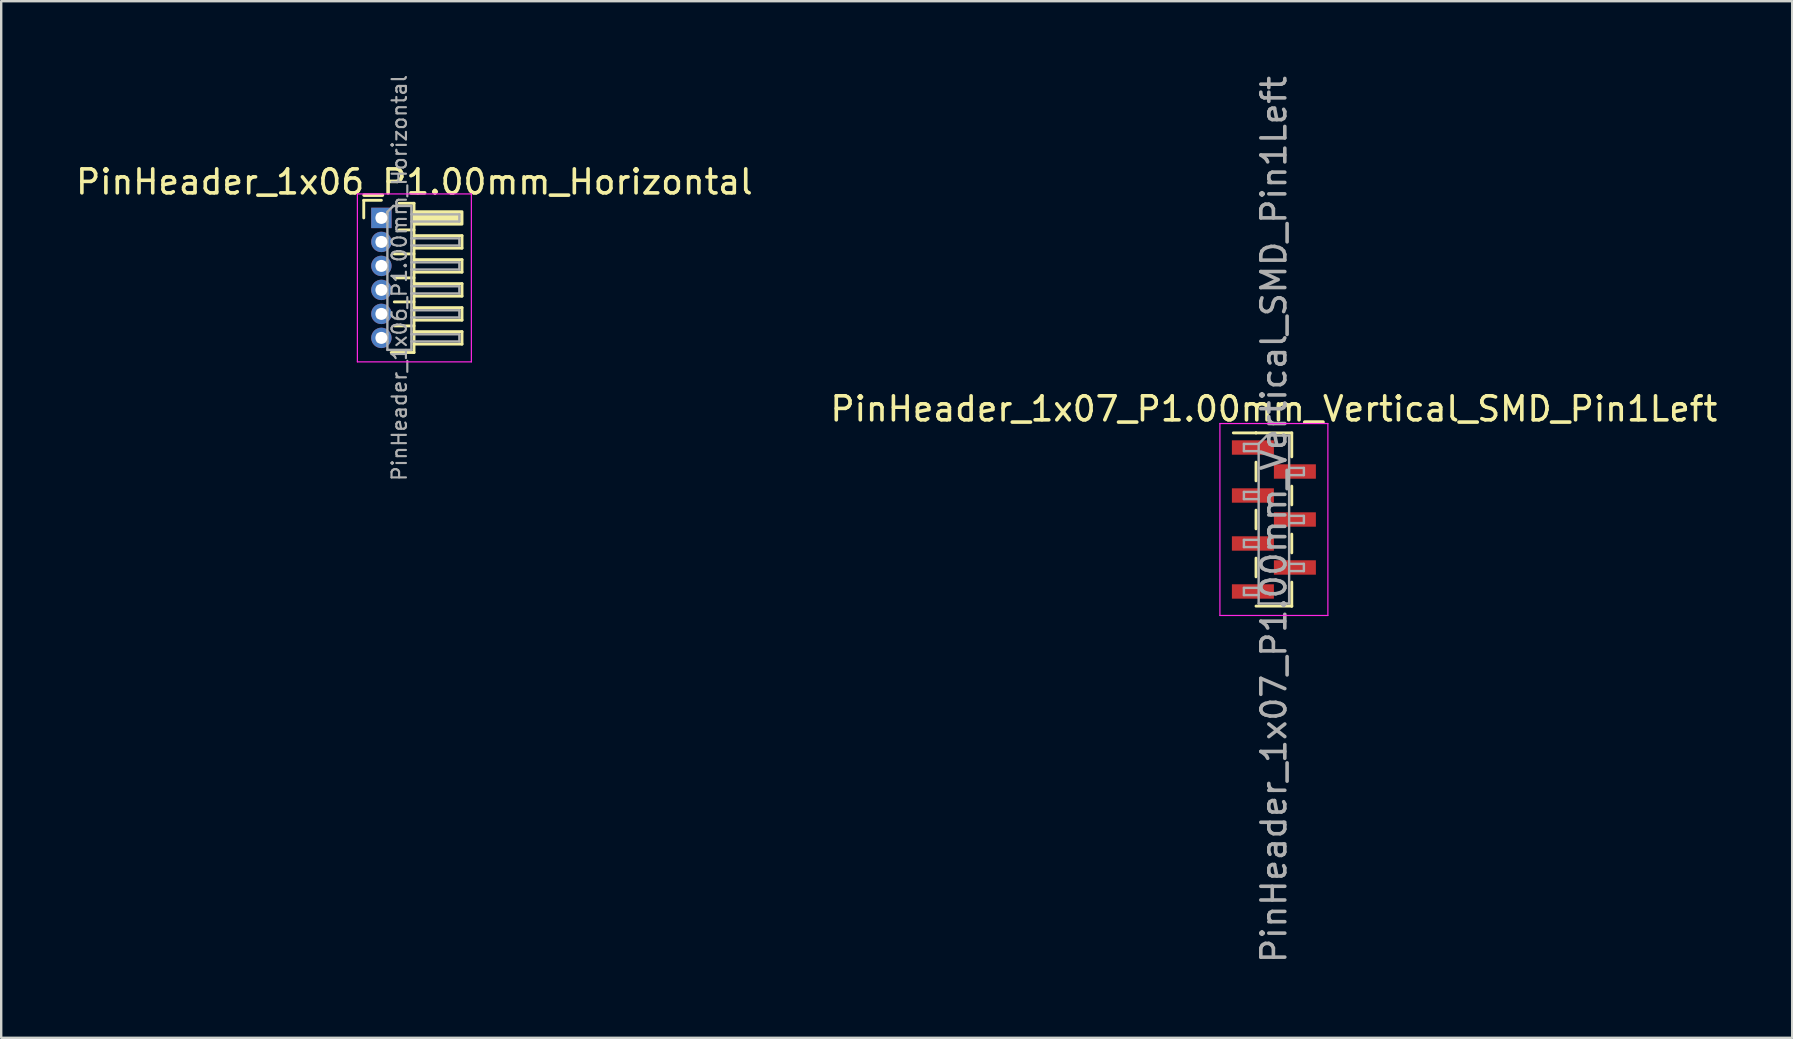
<source format=kicad_pcb>
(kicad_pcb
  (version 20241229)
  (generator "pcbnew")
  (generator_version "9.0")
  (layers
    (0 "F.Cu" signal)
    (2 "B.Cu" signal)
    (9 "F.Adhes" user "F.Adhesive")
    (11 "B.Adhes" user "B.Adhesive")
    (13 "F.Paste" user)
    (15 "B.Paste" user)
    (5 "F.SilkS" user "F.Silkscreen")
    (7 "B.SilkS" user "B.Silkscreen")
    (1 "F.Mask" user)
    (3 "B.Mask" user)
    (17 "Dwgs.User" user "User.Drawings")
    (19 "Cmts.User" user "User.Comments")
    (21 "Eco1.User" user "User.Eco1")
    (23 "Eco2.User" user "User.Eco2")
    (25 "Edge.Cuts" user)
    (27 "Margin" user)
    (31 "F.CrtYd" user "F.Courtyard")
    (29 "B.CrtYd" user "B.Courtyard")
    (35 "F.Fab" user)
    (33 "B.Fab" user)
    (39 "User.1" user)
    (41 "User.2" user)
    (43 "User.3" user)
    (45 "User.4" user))
  (footprint "PinHeader_1x06_P1.00mm_Horizontal"
    (layer "F.Cu")
    (at 12.845 6.032)
    (property "Reference" "PinHeader_1x06_P1.00mm_Horizontal" (at 1.375 -1.5 0) (layer "F.SilkS") (effects (font (size 1 1) (thickness 0.15))))
    (attr through_hole)
    (fp_line (start -0.735 -0.735) (end 0 -0.735) (stroke (width 0.12) (type solid)) (layer "F.SilkS"))
    (fp_line (start -0.735 0) (end -0.735 -0.735) (stroke (width 0.12) (type solid)) (layer "F.SilkS"))
    (fp_line (start 0.539 1.5) (end 1.36 1.5) (stroke (width 0.12) (type solid)) (layer "F.SilkS"))
    (fp_line (start 0.539 2.5) (end 1.36 2.5) (stroke (width 0.12) (type solid)) (layer "F.SilkS"))
    (fp_line (start 0.539 3.5) (end 1.36 3.5) (stroke (width 0.12) (type solid)) (layer "F.SilkS"))
    (fp_line (start 0.539 4.5) (end 1.36 4.5) (stroke (width 0.12) (type solid)) (layer "F.SilkS"))
    (fp_line (start 0.735 -0.61) (end 1.36 -0.61) (stroke (width 0.12) (type solid)) (layer "F.SilkS"))
    (fp_line (start 0.735 0.5) (end 1.36 0.5) (stroke (width 0.12) (type solid)) (layer "F.SilkS"))
    (fp_line (start 1.36 -0.61) (end 1.36 5.61) (stroke (width 0.12) (type solid)) (layer "F.SilkS"))
    (fp_line (start 1.36 0.74) (end 3.36 0.74) (stroke (width 0.12) (type solid)) (layer "F.SilkS"))
    (fp_line (start 1.36 1.74) (end 3.36 1.74) (stroke (width 0.12) (type solid)) (layer "F.SilkS"))
    (fp_line (start 1.36 2.74) (end 3.36 2.74) (stroke (width 0.12) (type solid)) (layer "F.SilkS"))
    (fp_line (start 1.36 3.74) (end 3.36 3.74) (stroke (width 0.12) (type solid)) (layer "F.SilkS"))
    (fp_line (start 1.36 4.74) (end 3.36 4.74) (stroke (width 0.12) (type solid)) (layer "F.SilkS"))
    (fp_line (start 1.36 5.61) (end 0.41 5.61) (stroke (width 0.12) (type solid)) (layer "F.SilkS"))
    (fp_line (start 3.36 0.74) (end 3.36 1.26) (stroke (width 0.12) (type solid)) (layer "F.SilkS"))
    (fp_line (start 3.36 1.26) (end 1.36 1.26) (stroke (width 0.12) (type solid)) (layer "F.SilkS"))
    (fp_line (start 3.36 1.74) (end 3.36 2.26) (stroke (width 0.12) (type solid)) (layer "F.SilkS"))
    (fp_line (start 3.36 2.26) (end 1.36 2.26) (stroke (width 0.12) (type solid)) (layer "F.SilkS"))
    (fp_line (start 3.36 2.74) (end 3.36 3.26) (stroke (width 0.12) (type solid)) (layer "F.SilkS"))
    (fp_line (start 3.36 3.26) (end 1.36 3.26) (stroke (width 0.12) (type solid)) (layer "F.SilkS"))
    (fp_line (start 3.36 3.74) (end 3.36 4.26) (stroke (width 0.12) (type solid)) (layer "F.SilkS"))
    (fp_line (start 3.36 4.26) (end 1.36 4.26) (stroke (width 0.12) (type solid)) (layer "F.SilkS"))
    (fp_line (start 3.36 4.74) (end 3.36 5.26) (stroke (width 0.12) (type solid)) (layer "F.SilkS"))
    (fp_line (start 3.36 5.26) (end 1.36 5.26) (stroke (width 0.12) (type solid)) (layer "F.SilkS"))
    (fp_rect (start 1.36 -0.26) (end 3.36 0.26) (stroke (width 0.12) (type solid)) (fill yes) (layer "F.SilkS"))
    (fp_line (start -1 -1) (end -1 6) (stroke (width 0.05) (type solid)) (layer "F.CrtYd"))
    (fp_line (start -1 6) (end 3.75 6) (stroke (width 0.05) (type solid)) (layer "F.CrtYd"))
    (fp_line (start 3.75 -1) (end -1 -1) (stroke (width 0.05) (type solid)) (layer "F.CrtYd"))
    (fp_line (start 3.75 6) (end 3.75 -1) (stroke (width 0.05) (type solid)) (layer "F.CrtYd"))
    (fp_line (start -0.15 -0.15) (end -0.15 0.15) (stroke (width 0.1) (type solid)) (layer "F.Fab"))
    (fp_line (start -0.15 -0.15) (end 0.25 -0.15) (stroke (width 0.1) (type solid)) (layer "F.Fab"))
    (fp_line (start -0.15 0.15) (end 0.25 0.15) (stroke (width 0.1) (type solid)) (layer "F.Fab"))
    (fp_line (start -0.15 0.85) (end -0.15 1.15) (stroke (width 0.1) (type solid)) (layer "F.Fab"))
    (fp_line (start -0.15 0.85) (end 0.25 0.85) (stroke (width 0.1) (type solid)) (layer "F.Fab"))
    (fp_line (start -0.15 1.15) (end 0.25 1.15) (stroke (width 0.1) (type solid)) (layer "F.Fab"))
    (fp_line (start -0.15 1.85) (end -0.15 2.15) (stroke (width 0.1) (type solid)) (layer "F.Fab"))
    (fp_line (start -0.15 1.85) (end 0.25 1.85) (stroke (width 0.1) (type solid)) (layer "F.Fab"))
    (fp_line (start -0.15 2.15) (end 0.25 2.15) (stroke (width 0.1) (type solid)) (layer "F.Fab"))
    (fp_line (start -0.15 2.85) (end -0.15 3.15) (stroke (width 0.1) (type solid)) (layer "F.Fab"))
    (fp_line (start -0.15 2.85) (end 0.25 2.85) (stroke (width 0.1) (type solid)) (layer "F.Fab"))
    (fp_line (start -0.15 3.15) (end 0.25 3.15) (stroke (width 0.1) (type solid)) (layer "F.Fab"))
    (fp_line (start -0.15 3.85) (end -0.15 4.15) (stroke (width 0.1) (type solid)) (layer "F.Fab"))
    (fp_line (start -0.15 3.85) (end 0.25 3.85) (stroke (width 0.1) (type solid)) (layer "F.Fab"))
    (fp_line (start -0.15 4.15) (end 0.25 4.15) (stroke (width 0.1) (type solid)) (layer "F.Fab"))
    (fp_line (start -0.15 4.85) (end -0.15 5.15) (stroke (width 0.1) (type solid)) (layer "F.Fab"))
    (fp_line (start -0.15 4.85) (end 0.25 4.85) (stroke (width 0.1) (type solid)) (layer "F.Fab"))
    (fp_line (start -0.15 5.15) (end 0.25 5.15) (stroke (width 0.1) (type solid)) (layer "F.Fab"))
    (fp_line (start 0.25 -0.25) (end 0.5 -0.5) (stroke (width 0.1) (type solid)) (layer "F.Fab"))
    (fp_line (start 0.25 5.5) (end 0.25 -0.25) (stroke (width 0.1) (type solid)) (layer "F.Fab"))
    (fp_line (start 0.5 -0.5) (end 1.25 -0.5) (stroke (width 0.1) (type solid)) (layer "F.Fab"))
    (fp_line (start 1.25 -0.5) (end 1.25 5.5) (stroke (width 0.1) (type solid)) (layer "F.Fab"))
    (fp_line (start 1.25 -0.15) (end 3.25 -0.15) (stroke (width 0.1) (type solid)) (layer "F.Fab"))
    (fp_line (start 1.25 0.15) (end 3.25 0.15) (stroke (width 0.1) (type solid)) (layer "F.Fab"))
    (fp_line (start 1.25 0.85) (end 3.25 0.85) (stroke (width 0.1) (type solid)) (layer "F.Fab"))
    (fp_line (start 1.25 1.15) (end 3.25 1.15) (stroke (width 0.1) (type solid)) (layer "F.Fab"))
    (fp_line (start 1.25 1.85) (end 3.25 1.85) (stroke (width 0.1) (type solid)) (layer "F.Fab"))
    (fp_line (start 1.25 2.15) (end 3.25 2.15) (stroke (width 0.1) (type solid)) (layer "F.Fab"))
    (fp_line (start 1.25 2.85) (end 3.25 2.85) (stroke (width 0.1) (type solid)) (layer "F.Fab"))
    (fp_line (start 1.25 3.15) (end 3.25 3.15) (stroke (width 0.1) (type solid)) (layer "F.Fab"))
    (fp_line (start 1.25 3.85) (end 3.25 3.85) (stroke (width 0.1) (type solid)) (layer "F.Fab"))
    (fp_line (start 1.25 4.15) (end 3.25 4.15) (stroke (width 0.1) (type solid)) (layer "F.Fab"))
    (fp_line (start 1.25 4.85) (end 3.25 4.85) (stroke (width 0.1) (type solid)) (layer "F.Fab"))
    (fp_line (start 1.25 5.15) (end 3.25 5.15) (stroke (width 0.1) (type solid)) (layer "F.Fab"))
    (fp_line (start 1.25 5.5) (end 0.25 5.5) (stroke (width 0.1) (type solid)) (layer "F.Fab"))
    (fp_line (start 3.25 -0.15) (end 3.25 0.15) (stroke (width 0.1) (type solid)) (layer "F.Fab"))
    (fp_line (start 3.25 0.85) (end 3.25 1.15) (stroke (width 0.1) (type solid)) (layer "F.Fab"))
    (fp_line (start 3.25 1.85) (end 3.25 2.15) (stroke (width 0.1) (type solid)) (layer "F.Fab"))
    (fp_line (start 3.25 2.85) (end 3.25 3.15) (stroke (width 0.1) (type solid)) (layer "F.Fab"))
    (fp_line (start 3.25 3.85) (end 3.25 4.15) (stroke (width 0.1) (type solid)) (layer "F.Fab"))
    (fp_line (start 3.25 4.85) (end 3.25 5.15) (stroke (width 0.1) (type solid)) (layer "F.Fab"))
    (fp_text user "${REFERENCE}" (at 0.75 2.5 90) (layer "F.Fab") (effects (font (size 0.6 0.6) (thickness 0.09))))
    (pad "1" thru_hole rect (at 0 0) (size 0.85 0.85) (drill 0.5) (layers "*.Cu" "*.Mask"))
    (pad "2" thru_hole circle (at 0 1) (size 0.85 0.85) (drill 0.5) (layers "*.Cu" "*.Mask"))
    (pad "3" thru_hole circle (at 0 2) (size 0.85 0.85) (drill 0.5) (layers "*.Cu" "*.Mask"))
    (pad "4" thru_hole circle (at 0 3) (size 0.85 0.85) (drill 0.5) (layers "*.Cu" "*.Mask"))
    (pad "5" thru_hole circle (at 0 4) (size 0.85 0.85) (drill 0.5) (layers "*.Cu" "*.Mask"))
    (pad "6" thru_hole circle (at 0 5) (size 0.85 0.85) (drill 0.5) (layers "*.Cu" "*.Mask")))
  (footprint "PinHeader_1x07_P1.00mm_Vertical_SMD_Pin1Left"
    (layer "F.Cu")
    (at 50.042 18.601)
    (property "Reference" "PinHeader_1x07_P1.00mm_Vertical_SMD_Pin1Left" (at 0 -4.61 0) (layer "F.SilkS") (effects (font (size 1 1) (thickness 0.15))))
    (attr smd)
    (fp_line (start -0.745 -3.61) (end -1.69 -3.61) (stroke (width 0.12) (type solid)) (layer "F.SilkS"))
    (fp_line (start -0.745 -3.61) (end -0.745 -3.61) (stroke (width 0.12) (type solid)) (layer "F.SilkS"))
    (fp_line (start -0.745 -3.61) (end 0.745 -3.61) (stroke (width 0.12) (type solid)) (layer "F.SilkS"))
    (fp_line (start -0.745 -2.39) (end -0.745 -1.61) (stroke (width 0.12) (type solid)) (layer "F.SilkS"))
    (fp_line (start -0.745 -0.39) (end -0.745 0.39) (stroke (width 0.12) (type solid)) (layer "F.SilkS"))
    (fp_line (start -0.745 1.61) (end -0.745 2.39) (stroke (width 0.12) (type solid)) (layer "F.SilkS"))
    (fp_line (start -0.745 3.61) (end 0.745 3.61) (stroke (width 0.12) (type solid)) (layer "F.SilkS"))
    (fp_line (start 0.745 -3.61) (end 0.745 -2.61) (stroke (width 0.12) (type solid)) (layer "F.SilkS"))
    (fp_line (start 0.745 -1.39) (end 0.745 -0.61) (stroke (width 0.12) (type solid)) (layer "F.SilkS"))
    (fp_line (start 0.745 0.61) (end 0.745 1.39) (stroke (width 0.12) (type solid)) (layer "F.SilkS"))
    (fp_line (start 0.745 2.61) (end 0.745 3.61) (stroke (width 0.12) (type solid)) (layer "F.SilkS"))
    (fp_line (start 0.745 3.61) (end 0.745 3.61) (stroke (width 0.12) (type solid)) (layer "F.SilkS"))
    (fp_line (start -2.25 -4) (end -2.25 4) (stroke (width 0.05) (type solid)) (layer "F.CrtYd"))
    (fp_line (start -2.25 4) (end 2.25 4) (stroke (width 0.05) (type solid)) (layer "F.CrtYd"))
    (fp_line (start 2.25 -4) (end -2.25 -4) (stroke (width 0.05) (type solid)) (layer "F.CrtYd"))
    (fp_line (start 2.25 4) (end 2.25 -4) (stroke (width 0.05) (type solid)) (layer "F.CrtYd"))
    (fp_line (start -1.25 -3.15) (end -1.25 -2.85) (stroke (width 0.1) (type solid)) (layer "F.Fab"))
    (fp_line (start -1.25 -2.85) (end -0.635 -2.85) (stroke (width 0.1) (type solid)) (layer "F.Fab"))
    (fp_line (start -1.25 -1.15) (end -1.25 -0.85) (stroke (width 0.1) (type solid)) (layer "F.Fab"))
    (fp_line (start -1.25 -0.85) (end -0.635 -0.85) (stroke (width 0.1) (type solid)) (layer "F.Fab"))
    (fp_line (start -1.25 0.85) (end -1.25 1.15) (stroke (width 0.1) (type solid)) (layer "F.Fab"))
    (fp_line (start -1.25 1.15) (end -0.635 1.15) (stroke (width 0.1) (type solid)) (layer "F.Fab"))
    (fp_line (start -1.25 2.85) (end -1.25 3.15) (stroke (width 0.1) (type solid)) (layer "F.Fab"))
    (fp_line (start -1.25 3.15) (end -0.635 3.15) (stroke (width 0.1) (type solid)) (layer "F.Fab"))
    (fp_line (start -0.635 -3.15) (end -1.25 -3.15) (stroke (width 0.1) (type solid)) (layer "F.Fab"))
    (fp_line (start -0.635 -3.15) (end -0.285 -3.5) (stroke (width 0.1) (type solid)) (layer "F.Fab"))
    (fp_line (start -0.635 -1.15) (end -1.25 -1.15) (stroke (width 0.1) (type solid)) (layer "F.Fab"))
    (fp_line (start -0.635 0.85) (end -1.25 0.85) (stroke (width 0.1) (type solid)) (layer "F.Fab"))
    (fp_line (start -0.635 2.85) (end -1.25 2.85) (stroke (width 0.1) (type solid)) (layer "F.Fab"))
    (fp_line (start -0.635 3.5) (end -0.635 -3.15) (stroke (width 0.1) (type solid)) (layer "F.Fab"))
    (fp_line (start -0.285 -3.5) (end 0.635 -3.5) (stroke (width 0.1) (type solid)) (layer "F.Fab"))
    (fp_line (start 0.635 -3.5) (end 0.635 3.5) (stroke (width 0.1) (type solid)) (layer "F.Fab"))
    (fp_line (start 0.635 -2.15) (end 1.25 -2.15) (stroke (width 0.1) (type solid)) (layer "F.Fab"))
    (fp_line (start 0.635 -0.15) (end 1.25 -0.15) (stroke (width 0.1) (type solid)) (layer "F.Fab"))
    (fp_line (start 0.635 1.85) (end 1.25 1.85) (stroke (width 0.1) (type solid)) (layer "F.Fab"))
    (fp_line (start 0.635 3.5) (end -0.635 3.5) (stroke (width 0.1) (type solid)) (layer "F.Fab"))
    (fp_line (start 1.25 -2.15) (end 1.25 -1.85) (stroke (width 0.1) (type solid)) (layer "F.Fab"))
    (fp_line (start 1.25 -1.85) (end 0.635 -1.85) (stroke (width 0.1) (type solid)) (layer "F.Fab"))
    (fp_line (start 1.25 -0.15) (end 1.25 0.15) (stroke (width 0.1) (type solid)) (layer "F.Fab"))
    (fp_line (start 1.25 0.15) (end 0.635 0.15) (stroke (width 0.1) (type solid)) (layer "F.Fab"))
    (fp_line (start 1.25 1.85) (end 1.25 2.15) (stroke (width 0.1) (type solid)) (layer "F.Fab"))
    (fp_line (start 1.25 2.15) (end 0.635 2.15) (stroke (width 0.1) (type solid)) (layer "F.Fab"))
    (fp_text user "${REFERENCE}" (at 0 0 90) (layer "F.Fab") (effects (font (size 1 1) (thickness 0.15))))
    (pad "1" smd rect (at -0.875 -3) (size 1.75 0.6) (layers "F.Cu" "F.Mask" "F.Paste"))
    (pad "2" smd rect (at 0.875 -2) (size 1.75 0.6) (layers "F.Cu" "F.Mask" "F.Paste"))
    (pad "3" smd rect (at -0.875 -1) (size 1.75 0.6) (layers "F.Cu" "F.Mask" "F.Paste"))
    (pad "4" smd rect (at 0.875 0) (size 1.75 0.6) (layers "F.Cu" "F.Mask" "F.Paste"))
    (pad "5" smd rect (at -0.875 1) (size 1.75 0.6) (layers "F.Cu" "F.Mask" "F.Paste"))
    (pad "6" smd rect (at 0.875 2) (size 1.75 0.6) (layers "F.Cu" "F.Mask" "F.Paste"))
    (pad "7" smd rect (at -0.875 3) (size 1.75 0.6) (layers "F.Cu" "F.Mask" "F.Paste")))
  (gr_rect
    (start -3 -3)
    (end 71.643 40.202)
    (stroke (width 0.1) (type default))
    (fill no)
    (layer "Edge.Cuts")))
</source>
